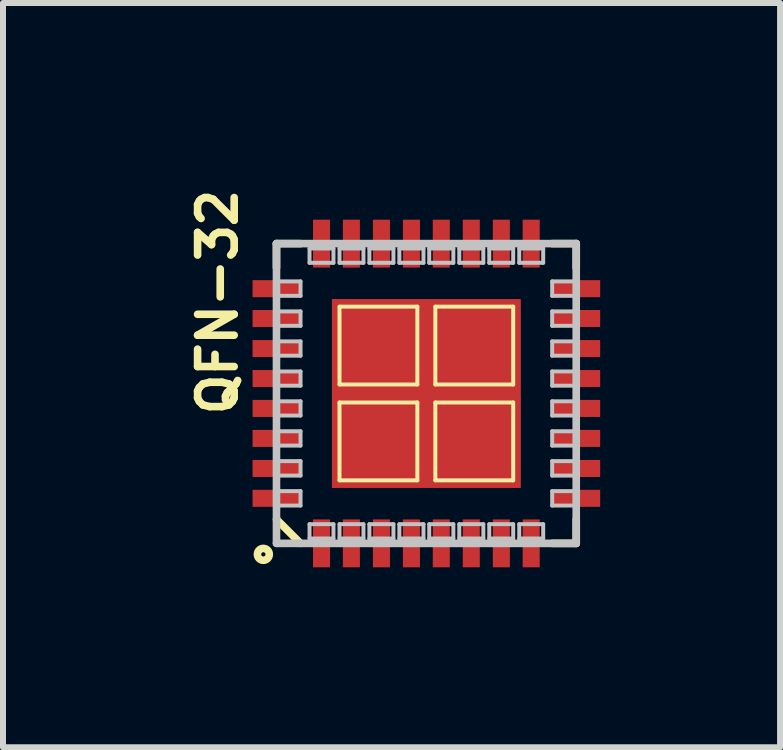
<source format=kicad_pcb>
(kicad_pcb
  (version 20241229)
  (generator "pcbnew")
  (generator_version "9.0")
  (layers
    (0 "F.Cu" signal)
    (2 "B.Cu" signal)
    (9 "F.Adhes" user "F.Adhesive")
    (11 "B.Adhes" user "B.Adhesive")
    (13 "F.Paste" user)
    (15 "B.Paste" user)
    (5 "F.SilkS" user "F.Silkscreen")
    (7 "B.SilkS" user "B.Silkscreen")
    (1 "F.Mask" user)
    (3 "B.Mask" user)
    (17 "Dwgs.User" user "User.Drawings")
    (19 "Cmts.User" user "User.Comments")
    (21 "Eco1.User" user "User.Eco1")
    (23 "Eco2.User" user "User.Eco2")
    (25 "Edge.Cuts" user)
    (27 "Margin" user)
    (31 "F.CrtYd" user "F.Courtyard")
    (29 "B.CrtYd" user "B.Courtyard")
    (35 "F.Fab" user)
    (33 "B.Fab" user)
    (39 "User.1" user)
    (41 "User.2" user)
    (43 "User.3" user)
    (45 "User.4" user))
  (footprint "QFN-32"
    (layer "F.Cu")
    (at 4.059 3.511)
    (property "Reference" "QFN-32" (at -3.48 -1.524 90) (layer "F.SilkS") (effects (font (size 0.61 0.61) (thickness 0.127))))
    (attr smd)
    (fp_line (start -2.499 -2.499) (end -2.098 -2.499) (stroke (width 0.127) (type solid)) (layer "F.SilkS"))
    (fp_line (start -2.499 -2.098) (end -2.499 -2.499) (stroke (width 0.127) (type solid)) (layer "F.SilkS"))
    (fp_line (start -2.499 2.098) (end -2.098 2.499) (stroke (width 0.127) (type solid)) (layer "F.SilkS"))
    (fp_line (start -1.448 -1.448) (end -0.15 -1.448) (stroke (width 0.066) (type solid)) (layer "F.SilkS"))
    (fp_line (start -1.448 -0.15) (end -1.448 -1.448) (stroke (width 0.066) (type solid)) (layer "F.SilkS"))
    (fp_line (start -1.448 -0.15) (end -0.15 -0.15) (stroke (width 0.066) (type solid)) (layer "F.SilkS"))
    (fp_line (start -1.448 0.15) (end -0.15 0.15) (stroke (width 0.066) (type solid)) (layer "F.SilkS"))
    (fp_line (start -1.448 1.448) (end -1.448 0.15) (stroke (width 0.066) (type solid)) (layer "F.SilkS"))
    (fp_line (start -1.448 1.448) (end -0.15 1.448) (stroke (width 0.066) (type solid)) (layer "F.SilkS"))
    (fp_line (start -0.15 -0.15) (end -0.15 -1.448) (stroke (width 0.066) (type solid)) (layer "F.SilkS"))
    (fp_line (start -0.15 1.448) (end -0.15 0.15) (stroke (width 0.066) (type solid)) (layer "F.SilkS"))
    (fp_line (start 0.15 -1.448) (end 1.448 -1.448) (stroke (width 0.066) (type solid)) (layer "F.SilkS"))
    (fp_line (start 0.15 -0.15) (end 0.15 -1.448) (stroke (width 0.066) (type solid)) (layer "F.SilkS"))
    (fp_line (start 0.15 -0.15) (end 1.448 -0.15) (stroke (width 0.066) (type solid)) (layer "F.SilkS"))
    (fp_line (start 0.15 0.15) (end 1.448 0.15) (stroke (width 0.066) (type solid)) (layer "F.SilkS"))
    (fp_line (start 0.15 1.448) (end 0.15 0.15) (stroke (width 0.066) (type solid)) (layer "F.SilkS"))
    (fp_line (start 0.15 1.448) (end 1.448 1.448) (stroke (width 0.066) (type solid)) (layer "F.SilkS"))
    (fp_line (start 1.448 -0.15) (end 1.448 -1.448) (stroke (width 0.066) (type solid)) (layer "F.SilkS"))
    (fp_line (start 1.448 1.448) (end 1.448 0.15) (stroke (width 0.066) (type solid)) (layer "F.SilkS"))
    (fp_line (start 2.098 -2.499) (end 2.499 -2.499) (stroke (width 0.127) (type solid)) (layer "F.SilkS"))
    (fp_line (start 2.499 -2.499) (end 2.499 -2.098) (stroke (width 0.127) (type solid)) (layer "F.SilkS"))
    (fp_line (start 2.499 2.098) (end 2.499 2.499) (stroke (width 0.127) (type solid)) (layer "F.SilkS"))
    (fp_line (start 2.499 2.499) (end 2.098 2.499) (stroke (width 0.127) (type solid)) (layer "F.SilkS"))
    (fp_circle (center -2.718 2.682) (end -2.718 2.583) (stroke (width 0.127) (type solid)) (fill no) (layer "F.SilkS"))
    (fp_line (start -2.499 -2.499) (end -2.499 2.499) (stroke (width 0.127) (type solid)) (layer "Dwgs.User"))
    (fp_line (start -2.499 -1.869) (end -2.098 -1.869) (stroke (width 0.066) (type solid)) (layer "Dwgs.User"))
    (fp_line (start -2.499 -1.628) (end -2.499 -1.869) (stroke (width 0.066) (type solid)) (layer "Dwgs.User"))
    (fp_line (start -2.499 -1.628) (end -2.098 -1.628) (stroke (width 0.066) (type solid)) (layer "Dwgs.User"))
    (fp_line (start -2.499 -1.369) (end -2.098 -1.369) (stroke (width 0.066) (type solid)) (layer "Dwgs.User"))
    (fp_line (start -2.499 -1.128) (end -2.499 -1.369) (stroke (width 0.066) (type solid)) (layer "Dwgs.User"))
    (fp_line (start -2.499 -1.128) (end -2.098 -1.128) (stroke (width 0.066) (type solid)) (layer "Dwgs.User"))
    (fp_line (start -2.499 -0.869) (end -2.098 -0.869) (stroke (width 0.066) (type solid)) (layer "Dwgs.User"))
    (fp_line (start -2.499 -0.63) (end -2.499 -0.869) (stroke (width 0.066) (type solid)) (layer "Dwgs.User"))
    (fp_line (start -2.499 -0.63) (end -2.098 -0.63) (stroke (width 0.066) (type solid)) (layer "Dwgs.User"))
    (fp_line (start -2.499 -0.368) (end -2.098 -0.368) (stroke (width 0.066) (type solid)) (layer "Dwgs.User"))
    (fp_line (start -2.499 -0.13) (end -2.499 -0.368) (stroke (width 0.066) (type solid)) (layer "Dwgs.User"))
    (fp_line (start -2.499 -0.13) (end -2.098 -0.13) (stroke (width 0.066) (type solid)) (layer "Dwgs.User"))
    (fp_line (start -2.499 0.13) (end -2.098 0.13) (stroke (width 0.066) (type solid)) (layer "Dwgs.User"))
    (fp_line (start -2.499 0.368) (end -2.499 0.13) (stroke (width 0.066) (type solid)) (layer "Dwgs.User"))
    (fp_line (start -2.499 0.368) (end -2.098 0.368) (stroke (width 0.066) (type solid)) (layer "Dwgs.User"))
    (fp_line (start -2.499 0.63) (end -2.098 0.63) (stroke (width 0.066) (type solid)) (layer "Dwgs.User"))
    (fp_line (start -2.499 0.869) (end -2.499 0.63) (stroke (width 0.066) (type solid)) (layer "Dwgs.User"))
    (fp_line (start -2.499 0.869) (end -2.098 0.869) (stroke (width 0.066) (type solid)) (layer "Dwgs.User"))
    (fp_line (start -2.499 1.128) (end -2.098 1.128) (stroke (width 0.066) (type solid)) (layer "Dwgs.User"))
    (fp_line (start -2.499 1.369) (end -2.499 1.128) (stroke (width 0.066) (type solid)) (layer "Dwgs.User"))
    (fp_line (start -2.499 1.369) (end -2.098 1.369) (stroke (width 0.066) (type solid)) (layer "Dwgs.User"))
    (fp_line (start -2.499 1.628) (end -2.098 1.628) (stroke (width 0.066) (type solid)) (layer "Dwgs.User"))
    (fp_line (start -2.499 1.869) (end -2.499 1.628) (stroke (width 0.066) (type solid)) (layer "Dwgs.User"))
    (fp_line (start -2.499 1.869) (end -2.098 1.869) (stroke (width 0.066) (type solid)) (layer "Dwgs.User"))
    (fp_line (start -2.499 2.499) (end 2.499 2.499) (stroke (width 0.127) (type solid)) (layer "Dwgs.User"))
    (fp_line (start -2.098 -1.628) (end -2.098 -1.869) (stroke (width 0.066) (type solid)) (layer "Dwgs.User"))
    (fp_line (start -2.098 -1.128) (end -2.098 -1.369) (stroke (width 0.066) (type solid)) (layer "Dwgs.User"))
    (fp_line (start -2.098 -0.63) (end -2.098 -0.869) (stroke (width 0.066) (type solid)) (layer "Dwgs.User"))
    (fp_line (start -2.098 -0.13) (end -2.098 -0.368) (stroke (width 0.066) (type solid)) (layer "Dwgs.User"))
    (fp_line (start -2.098 0.368) (end -2.098 0.13) (stroke (width 0.066) (type solid)) (layer "Dwgs.User"))
    (fp_line (start -2.098 0.869) (end -2.098 0.63) (stroke (width 0.066) (type solid)) (layer "Dwgs.User"))
    (fp_line (start -2.098 1.369) (end -2.098 1.128) (stroke (width 0.066) (type solid)) (layer "Dwgs.User"))
    (fp_line (start -2.098 1.869) (end -2.098 1.628) (stroke (width 0.066) (type solid)) (layer "Dwgs.User"))
    (fp_line (start -1.948 -2.418) (end -1.549 -2.418) (stroke (width 0.066) (type solid)) (layer "Dwgs.User"))
    (fp_line (start -1.948 -2.179) (end -1.948 -2.418) (stroke (width 0.066) (type solid)) (layer "Dwgs.User"))
    (fp_line (start -1.948 -2.179) (end -1.549 -2.179) (stroke (width 0.066) (type solid)) (layer "Dwgs.User"))
    (fp_line (start -1.948 2.179) (end -1.549 2.179) (stroke (width 0.066) (type solid)) (layer "Dwgs.User"))
    (fp_line (start -1.948 2.418) (end -1.948 2.179) (stroke (width 0.066) (type solid)) (layer "Dwgs.User"))
    (fp_line (start -1.948 2.418) (end -1.549 2.418) (stroke (width 0.066) (type solid)) (layer "Dwgs.User"))
    (fp_line (start -1.549 -2.179) (end -1.549 -2.418) (stroke (width 0.066) (type solid)) (layer "Dwgs.User"))
    (fp_line (start -1.549 2.418) (end -1.549 2.179) (stroke (width 0.066) (type solid)) (layer "Dwgs.User"))
    (fp_line (start -1.448 -2.418) (end -1.049 -2.418) (stroke (width 0.066) (type solid)) (layer "Dwgs.User"))
    (fp_line (start -1.448 -2.179) (end -1.448 -2.418) (stroke (width 0.066) (type solid)) (layer "Dwgs.User"))
    (fp_line (start -1.448 -2.179) (end -1.049 -2.179) (stroke (width 0.066) (type solid)) (layer "Dwgs.User"))
    (fp_line (start -1.448 2.179) (end -1.049 2.179) (stroke (width 0.066) (type solid)) (layer "Dwgs.User"))
    (fp_line (start -1.448 2.418) (end -1.448 2.179) (stroke (width 0.066) (type solid)) (layer "Dwgs.User"))
    (fp_line (start -1.448 2.418) (end -1.049 2.418) (stroke (width 0.066) (type solid)) (layer "Dwgs.User"))
    (fp_line (start -1.049 -2.179) (end -1.049 -2.418) (stroke (width 0.066) (type solid)) (layer "Dwgs.User"))
    (fp_line (start -1.049 2.418) (end -1.049 2.179) (stroke (width 0.066) (type solid)) (layer "Dwgs.User"))
    (fp_line (start -0.95 -2.418) (end -0.549 -2.418) (stroke (width 0.066) (type solid)) (layer "Dwgs.User"))
    (fp_line (start -0.95 -2.179) (end -0.95 -2.418) (stroke (width 0.066) (type solid)) (layer "Dwgs.User"))
    (fp_line (start -0.95 -2.179) (end -0.549 -2.179) (stroke (width 0.066) (type solid)) (layer "Dwgs.User"))
    (fp_line (start -0.95 2.179) (end -0.549 2.179) (stroke (width 0.066) (type solid)) (layer "Dwgs.User"))
    (fp_line (start -0.95 2.418) (end -0.95 2.179) (stroke (width 0.066) (type solid)) (layer "Dwgs.User"))
    (fp_line (start -0.95 2.418) (end -0.549 2.418) (stroke (width 0.066) (type solid)) (layer "Dwgs.User"))
    (fp_line (start -0.549 -2.179) (end -0.549 -2.418) (stroke (width 0.066) (type solid)) (layer "Dwgs.User"))
    (fp_line (start -0.549 2.418) (end -0.549 2.179) (stroke (width 0.066) (type solid)) (layer "Dwgs.User"))
    (fp_line (start -0.45 -2.418) (end -0.048 -2.418) (stroke (width 0.066) (type solid)) (layer "Dwgs.User"))
    (fp_line (start -0.45 -2.179) (end -0.45 -2.418) (stroke (width 0.066) (type solid)) (layer "Dwgs.User"))
    (fp_line (start -0.45 -2.179) (end -0.048 -2.179) (stroke (width 0.066) (type solid)) (layer "Dwgs.User"))
    (fp_line (start -0.45 2.179) (end -0.048 2.179) (stroke (width 0.066) (type solid)) (layer "Dwgs.User"))
    (fp_line (start -0.45 2.418) (end -0.45 2.179) (stroke (width 0.066) (type solid)) (layer "Dwgs.User"))
    (fp_line (start -0.45 2.418) (end -0.048 2.418) (stroke (width 0.066) (type solid)) (layer "Dwgs.User"))
    (fp_line (start -0.048 -2.179) (end -0.048 -2.418) (stroke (width 0.066) (type solid)) (layer "Dwgs.User"))
    (fp_line (start -0.048 2.418) (end -0.048 2.179) (stroke (width 0.066) (type solid)) (layer "Dwgs.User"))
    (fp_line (start 0.048 -2.418) (end 0.45 -2.418) (stroke (width 0.066) (type solid)) (layer "Dwgs.User"))
    (fp_line (start 0.048 -2.179) (end 0.048 -2.418) (stroke (width 0.066) (type solid)) (layer "Dwgs.User"))
    (fp_line (start 0.048 -2.179) (end 0.45 -2.179) (stroke (width 0.066) (type solid)) (layer "Dwgs.User"))
    (fp_line (start 0.048 2.179) (end 0.45 2.179) (stroke (width 0.066) (type solid)) (layer "Dwgs.User"))
    (fp_line (start 0.048 2.418) (end 0.048 2.179) (stroke (width 0.066) (type solid)) (layer "Dwgs.User"))
    (fp_line (start 0.048 2.418) (end 0.45 2.418) (stroke (width 0.066) (type solid)) (layer "Dwgs.User"))
    (fp_line (start 0.45 -2.179) (end 0.45 -2.418) (stroke (width 0.066) (type solid)) (layer "Dwgs.User"))
    (fp_line (start 0.45 2.418) (end 0.45 2.179) (stroke (width 0.066) (type solid)) (layer "Dwgs.User"))
    (fp_line (start 0.549 -2.418) (end 0.95 -2.418) (stroke (width 0.066) (type solid)) (layer "Dwgs.User"))
    (fp_line (start 0.549 -2.179) (end 0.549 -2.418) (stroke (width 0.066) (type solid)) (layer "Dwgs.User"))
    (fp_line (start 0.549 -2.179) (end 0.95 -2.179) (stroke (width 0.066) (type solid)) (layer "Dwgs.User"))
    (fp_line (start 0.549 2.179) (end 0.95 2.179) (stroke (width 0.066) (type solid)) (layer "Dwgs.User"))
    (fp_line (start 0.549 2.418) (end 0.549 2.179) (stroke (width 0.066) (type solid)) (layer "Dwgs.User"))
    (fp_line (start 0.549 2.418) (end 0.95 2.418) (stroke (width 0.066) (type solid)) (layer "Dwgs.User"))
    (fp_line (start 0.95 -2.179) (end 0.95 -2.418) (stroke (width 0.066) (type solid)) (layer "Dwgs.User"))
    (fp_line (start 0.95 2.418) (end 0.95 2.179) (stroke (width 0.066) (type solid)) (layer "Dwgs.User"))
    (fp_line (start 1.049 -2.418) (end 1.448 -2.418) (stroke (width 0.066) (type solid)) (layer "Dwgs.User"))
    (fp_line (start 1.049 -2.179) (end 1.049 -2.418) (stroke (width 0.066) (type solid)) (layer "Dwgs.User"))
    (fp_line (start 1.049 -2.179) (end 1.448 -2.179) (stroke (width 0.066) (type solid)) (layer "Dwgs.User"))
    (fp_line (start 1.049 2.179) (end 1.448 2.179) (stroke (width 0.066) (type solid)) (layer "Dwgs.User"))
    (fp_line (start 1.049 2.418) (end 1.049 2.179) (stroke (width 0.066) (type solid)) (layer "Dwgs.User"))
    (fp_line (start 1.049 2.418) (end 1.448 2.418) (stroke (width 0.066) (type solid)) (layer "Dwgs.User"))
    (fp_line (start 1.448 -2.179) (end 1.448 -2.418) (stroke (width 0.066) (type solid)) (layer "Dwgs.User"))
    (fp_line (start 1.448 2.418) (end 1.448 2.179) (stroke (width 0.066) (type solid)) (layer "Dwgs.User"))
    (fp_line (start 1.549 -2.418) (end 1.948 -2.418) (stroke (width 0.066) (type solid)) (layer "Dwgs.User"))
    (fp_line (start 1.549 -2.179) (end 1.549 -2.418) (stroke (width 0.066) (type solid)) (layer "Dwgs.User"))
    (fp_line (start 1.549 -2.179) (end 1.948 -2.179) (stroke (width 0.066) (type solid)) (layer "Dwgs.User"))
    (fp_line (start 1.549 2.179) (end 1.948 2.179) (stroke (width 0.066) (type solid)) (layer "Dwgs.User"))
    (fp_line (start 1.549 2.418) (end 1.549 2.179) (stroke (width 0.066) (type solid)) (layer "Dwgs.User"))
    (fp_line (start 1.549 2.418) (end 1.948 2.418) (stroke (width 0.066) (type solid)) (layer "Dwgs.User"))
    (fp_line (start 1.948 -2.179) (end 1.948 -2.418) (stroke (width 0.066) (type solid)) (layer "Dwgs.User"))
    (fp_line (start 1.948 2.418) (end 1.948 2.179) (stroke (width 0.066) (type solid)) (layer "Dwgs.User"))
    (fp_line (start 2.098 -1.869) (end 2.499 -1.869) (stroke (width 0.066) (type solid)) (layer "Dwgs.User"))
    (fp_line (start 2.098 -1.628) (end 2.098 -1.869) (stroke (width 0.066) (type solid)) (layer "Dwgs.User"))
    (fp_line (start 2.098 -1.628) (end 2.499 -1.628) (stroke (width 0.066) (type solid)) (layer "Dwgs.User"))
    (fp_line (start 2.098 -1.369) (end 2.499 -1.369) (stroke (width 0.066) (type solid)) (layer "Dwgs.User"))
    (fp_line (start 2.098 -1.128) (end 2.098 -1.369) (stroke (width 0.066) (type solid)) (layer "Dwgs.User"))
    (fp_line (start 2.098 -1.128) (end 2.499 -1.128) (stroke (width 0.066) (type solid)) (layer "Dwgs.User"))
    (fp_line (start 2.098 -0.869) (end 2.499 -0.869) (stroke (width 0.066) (type solid)) (layer "Dwgs.User"))
    (fp_line (start 2.098 -0.63) (end 2.098 -0.869) (stroke (width 0.066) (type solid)) (layer "Dwgs.User"))
    (fp_line (start 2.098 -0.63) (end 2.499 -0.63) (stroke (width 0.066) (type solid)) (layer "Dwgs.User"))
    (fp_line (start 2.098 -0.368) (end 2.499 -0.368) (stroke (width 0.066) (type solid)) (layer "Dwgs.User"))
    (fp_line (start 2.098 -0.13) (end 2.098 -0.368) (stroke (width 0.066) (type solid)) (layer "Dwgs.User"))
    (fp_line (start 2.098 -0.13) (end 2.499 -0.13) (stroke (width 0.066) (type solid)) (layer "Dwgs.User"))
    (fp_line (start 2.098 0.13) (end 2.499 0.13) (stroke (width 0.066) (type solid)) (layer "Dwgs.User"))
    (fp_line (start 2.098 0.368) (end 2.098 0.13) (stroke (width 0.066) (type solid)) (layer "Dwgs.User"))
    (fp_line (start 2.098 0.368) (end 2.499 0.368) (stroke (width 0.066) (type solid)) (layer "Dwgs.User"))
    (fp_line (start 2.098 0.63) (end 2.499 0.63) (stroke (width 0.066) (type solid)) (layer "Dwgs.User"))
    (fp_line (start 2.098 0.869) (end 2.098 0.63) (stroke (width 0.066) (type solid)) (layer "Dwgs.User"))
    (fp_line (start 2.098 0.869) (end 2.499 0.869) (stroke (width 0.066) (type solid)) (layer "Dwgs.User"))
    (fp_line (start 2.098 1.128) (end 2.499 1.128) (stroke (width 0.066) (type solid)) (layer "Dwgs.User"))
    (fp_line (start 2.098 1.369) (end 2.098 1.128) (stroke (width 0.066) (type solid)) (layer "Dwgs.User"))
    (fp_line (start 2.098 1.369) (end 2.499 1.369) (stroke (width 0.066) (type solid)) (layer "Dwgs.User"))
    (fp_line (start 2.098 1.628) (end 2.499 1.628) (stroke (width 0.066) (type solid)) (layer "Dwgs.User"))
    (fp_line (start 2.098 1.869) (end 2.098 1.628) (stroke (width 0.066) (type solid)) (layer "Dwgs.User"))
    (fp_line (start 2.098 1.869) (end 2.499 1.869) (stroke (width 0.066) (type solid)) (layer "Dwgs.User"))
    (fp_line (start 2.499 -2.499) (end -2.499 -2.499) (stroke (width 0.127) (type solid)) (layer "Dwgs.User"))
    (fp_line (start 2.499 -1.628) (end 2.499 -1.869) (stroke (width 0.066) (type solid)) (layer "Dwgs.User"))
    (fp_line (start 2.499 -1.128) (end 2.499 -1.369) (stroke (width 0.066) (type solid)) (layer "Dwgs.User"))
    (fp_line (start 2.499 -0.63) (end 2.499 -0.869) (stroke (width 0.066) (type solid)) (layer "Dwgs.User"))
    (fp_line (start 2.499 -0.13) (end 2.499 -0.368) (stroke (width 0.066) (type solid)) (layer "Dwgs.User"))
    (fp_line (start 2.499 0.368) (end 2.499 0.13) (stroke (width 0.066) (type solid)) (layer "Dwgs.User"))
    (fp_line (start 2.499 0.869) (end 2.499 0.63) (stroke (width 0.066) (type solid)) (layer "Dwgs.User"))
    (fp_line (start 2.499 1.369) (end 2.499 1.128) (stroke (width 0.066) (type solid)) (layer "Dwgs.User"))
    (fp_line (start 2.499 1.869) (end 2.499 1.628) (stroke (width 0.066) (type solid)) (layer "Dwgs.User"))
    (fp_line (start 2.499 2.499) (end 2.499 -2.499) (stroke (width 0.127) (type solid)) (layer "Dwgs.User"))
    (pad "1" smd rect (at -1.748 2.499 90) (size 0.798 0.284) (layers "F.Cu" "F.Mask" "F.Paste"))
    (pad "2" smd rect (at -1.25 2.499 90) (size 0.798 0.284) (layers "F.Cu" "F.Mask" "F.Paste"))
    (pad "3" smd rect (at -0.749 2.499 90) (size 0.798 0.284) (layers "F.Cu" "F.Mask" "F.Paste"))
    (pad "4" smd rect (at -0.249 2.499 90) (size 0.798 0.284) (layers "F.Cu" "F.Mask" "F.Paste"))
    (pad "5" smd rect (at 0.249 2.499 90) (size 0.798 0.284) (layers "F.Cu" "F.Mask" "F.Paste"))
    (pad "6" smd rect (at 0.749 2.499 90) (size 0.798 0.284) (layers "F.Cu" "F.Mask" "F.Paste"))
    (pad "7" smd rect (at 1.25 2.499 90) (size 0.798 0.284) (layers "F.Cu" "F.Mask" "F.Paste"))
    (pad "8" smd rect (at 1.748 2.499 90) (size 0.798 0.284) (layers "F.Cu" "F.Mask" "F.Paste"))
    (pad "9" smd rect (at 2.499 1.748 180) (size 0.798 0.284) (layers "F.Cu" "F.Mask" "F.Paste"))
    (pad "10" smd rect (at 2.499 1.25 180) (size 0.798 0.284) (layers "F.Cu" "F.Mask" "F.Paste"))
    (pad "11" smd rect (at 2.499 0.749 180) (size 0.798 0.284) (layers "F.Cu" "F.Mask" "F.Paste"))
    (pad "12" smd rect (at 2.499 0.249 180) (size 0.798 0.284) (layers "F.Cu" "F.Mask" "F.Paste"))
    (pad "13" smd rect (at 2.499 -0.249 180) (size 0.798 0.284) (layers "F.Cu" "F.Mask" "F.Paste"))
    (pad "14" smd rect (at 2.499 -0.749 180) (size 0.798 0.284) (layers "F.Cu" "F.Mask" "F.Paste"))
    (pad "15" smd rect (at 2.499 -1.25 180) (size 0.798 0.284) (layers "F.Cu" "F.Mask" "F.Paste"))
    (pad "16" smd rect (at 2.499 -1.748 180) (size 0.798 0.284) (layers "F.Cu" "F.Mask" "F.Paste"))
    (pad "17" smd rect (at 1.748 -2.499 270) (size 0.798 0.284) (layers "F.Cu" "F.Mask" "F.Paste"))
    (pad "18" smd rect (at 1.25 -2.499 270) (size 0.798 0.284) (layers "F.Cu" "F.Mask" "F.Paste"))
    (pad "19" smd rect (at 0.749 -2.499 270) (size 0.798 0.284) (layers "F.Cu" "F.Mask" "F.Paste"))
    (pad "20" smd rect (at 0.249 -2.499 270) (size 0.798 0.284) (layers "F.Cu" "F.Mask" "F.Paste"))
    (pad "21" smd rect (at -0.249 -2.499 270) (size 0.798 0.284) (layers "F.Cu" "F.Mask" "F.Paste"))
    (pad "22" smd rect (at -0.749 -2.499 270) (size 0.798 0.284) (layers "F.Cu" "F.Mask" "F.Paste"))
    (pad "23" smd rect (at -1.25 -2.499 270) (size 0.798 0.284) (layers "F.Cu" "F.Mask" "F.Paste"))
    (pad "24" smd rect (at -1.748 -2.499 270) (size 0.798 0.284) (layers "F.Cu" "F.Mask" "F.Paste"))
    (pad "25" smd rect (at -2.499 -1.748) (size 0.798 0.284) (layers "F.Cu" "F.Mask" "F.Paste"))
    (pad "26" smd rect (at -2.499 -1.25) (size 0.798 0.284) (layers "F.Cu" "F.Mask" "F.Paste"))
    (pad "27" smd rect (at -2.499 -0.749) (size 0.798 0.284) (layers "F.Cu" "F.Mask" "F.Paste"))
    (pad "28" smd rect (at -2.499 -0.249) (size 0.798 0.284) (layers "F.Cu" "F.Mask" "F.Paste"))
    (pad "29" smd rect (at -2.499 0.249) (size 0.798 0.284) (layers "F.Cu" "F.Mask" "F.Paste"))
    (pad "30" smd rect (at -2.499 0.749) (size 0.798 0.284) (layers "F.Cu" "F.Mask" "F.Paste"))
    (pad "31" smd rect (at -2.499 1.25) (size 0.798 0.284) (layers "F.Cu" "F.Mask" "F.Paste"))
    (pad "32" smd rect (at -2.499 1.748) (size 0.798 0.284) (layers "F.Cu" "F.Mask" "F.Paste"))
    (pad "EP" smd rect (at 0 0) (size 3.15 3.15) (layers "F.Cu" "F.Mask" "F.Paste")))
  (gr_rect
    (start -3 -3)
    (end 9.957 9.41)
    (stroke (width 0.1) (type default))
    (fill no)
    (layer "Edge.Cuts")))
</source>
